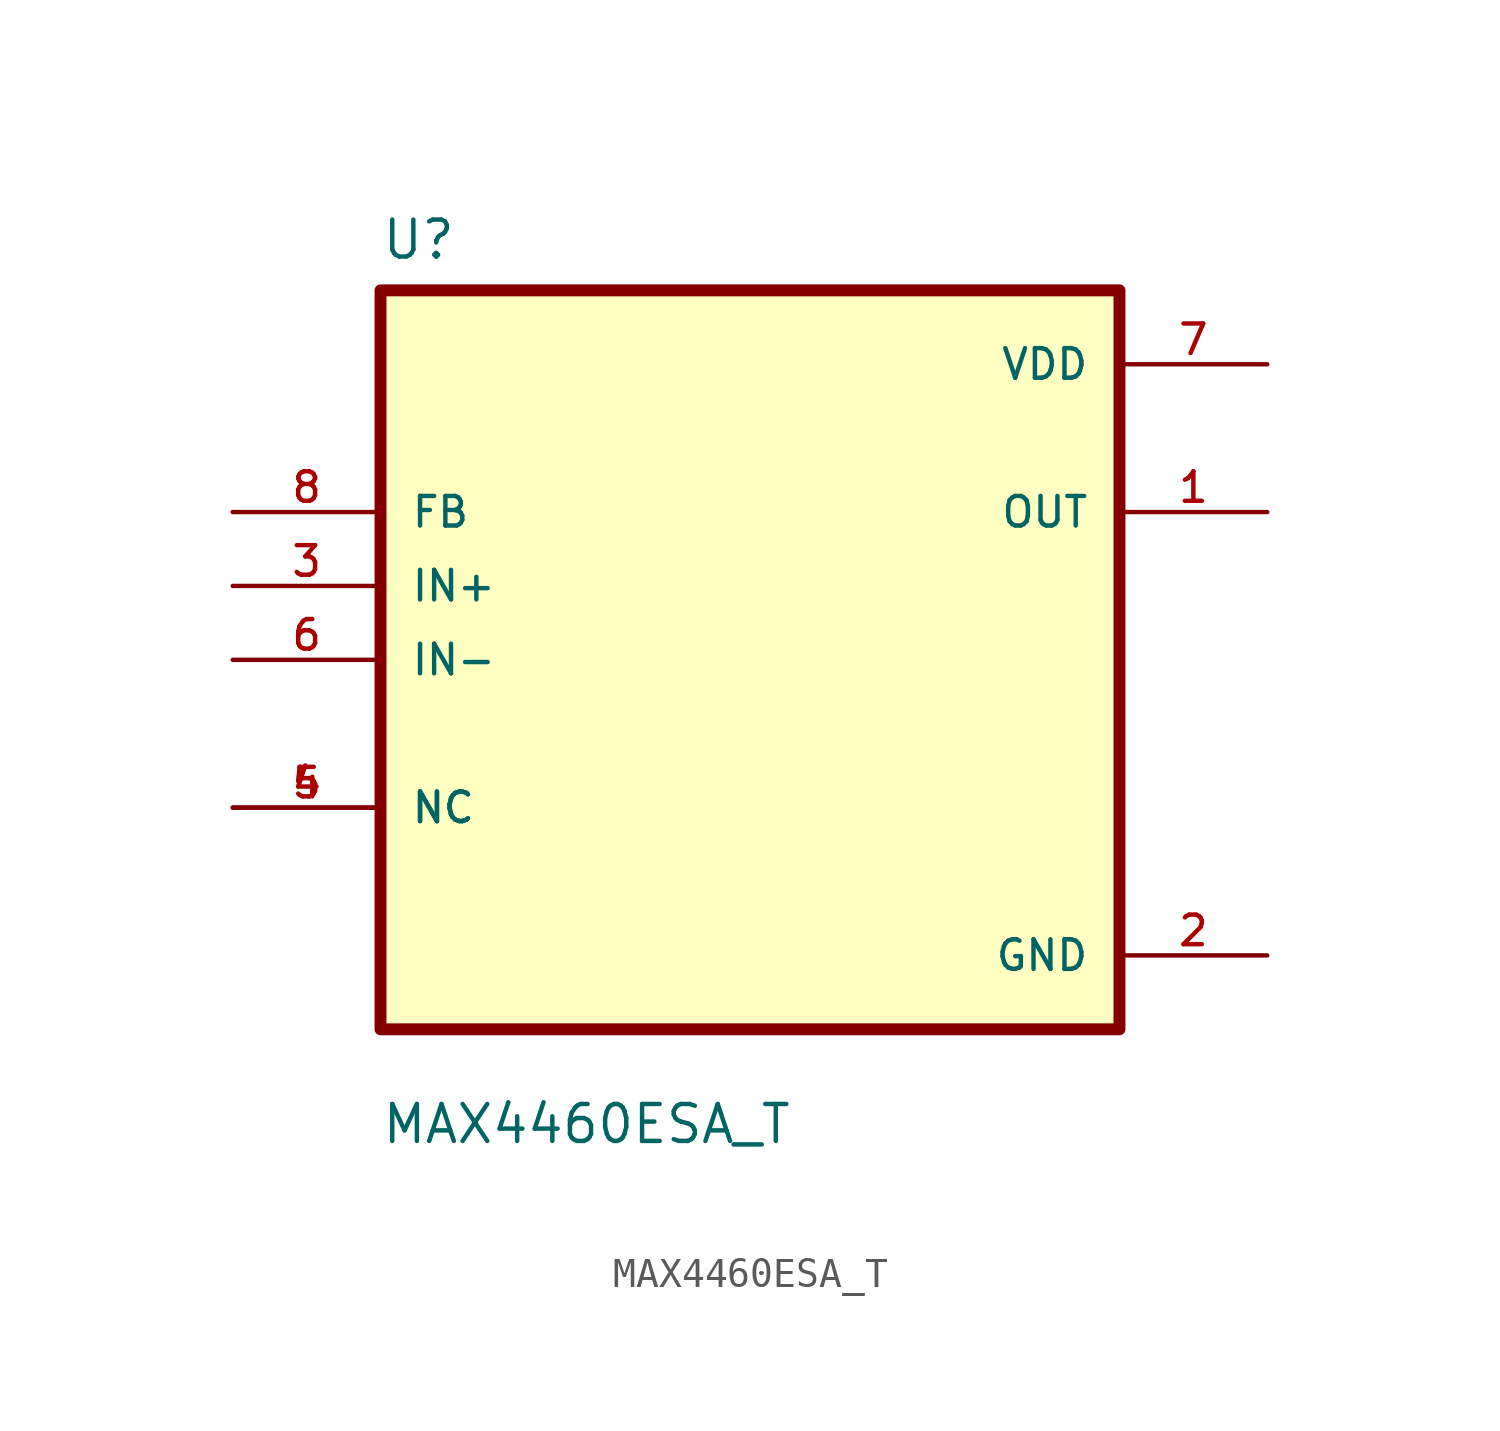
<source format=kicad_sym>
(kicad_symbol_lib
  (version 20211014)
  (generator kicad_symbol_editor)
  (symbol "MAX4460ESA_T"
    (pin_names
      (offset 1.016))
    (property "Reference" "U"
      (at -12.7 13.7 0.0)
      (effects (font (size 1.27 1.27)) (justify bottom left)))
    (property "Value" "MAX4460ESA_T"
      (at -12.7 -16.7 0.0)
      (effects (font (size 1.27 1.27)) (justify bottom left)))
    (symbol "MAX4460ESA_T_0_0"
      (rectangle (start -12.7 -12.7) (end 12.7 12.7) (stroke (width 0.41)) (fill (type background)))
      (pin input line (at -17.78 5.08 0) (length 5.08) (name "FB" (effects (font (size 1.016 1.016)))) (number "8" (effects (font (size 1.016 1.016)))))
      (pin input line (at -17.78 2.54 0) (length 5.08) (name "IN+" (effects (font (size 1.016 1.016)))) (number "3" (effects (font (size 1.016 1.016)))))
      (pin input line (at -17.78 -8.88178e-16 0) (length 5.08) (name "IN-" (effects (font (size 1.016 1.016)))) (number "6" (effects (font (size 1.016 1.016)))))
      (pin bidirectional line (at -17.78 -5.08 0) (length 5.08) (name "NC" (effects (font (size 1.016 1.016)))) (number "4" (effects (font (size 1.016 1.016)))))
      (pin bidirectional line (at -17.78 -5.08 0) (length 5.08) (name "NC" (effects (font (size 1.016 1.016)))) (number "5" (effects (font (size 1.016 1.016)))))
      (pin power_in line (at 17.78 10.16 180.0) (length 5.08) (name "VDD" (effects (font (size 1.016 1.016)))) (number "7" (effects (font (size 1.016 1.016)))))
      (pin output line (at 17.78 5.08 180.0) (length 5.08) (name "OUT" (effects (font (size 1.016 1.016)))) (number "1" (effects (font (size 1.016 1.016)))))
      (pin power_in line (at 17.78 -10.16 180.0) (length 5.08) (name "GND" (effects (font (size 1.016 1.016)))) (number "2" (effects (font (size 1.016 1.016))))))))
</source>
